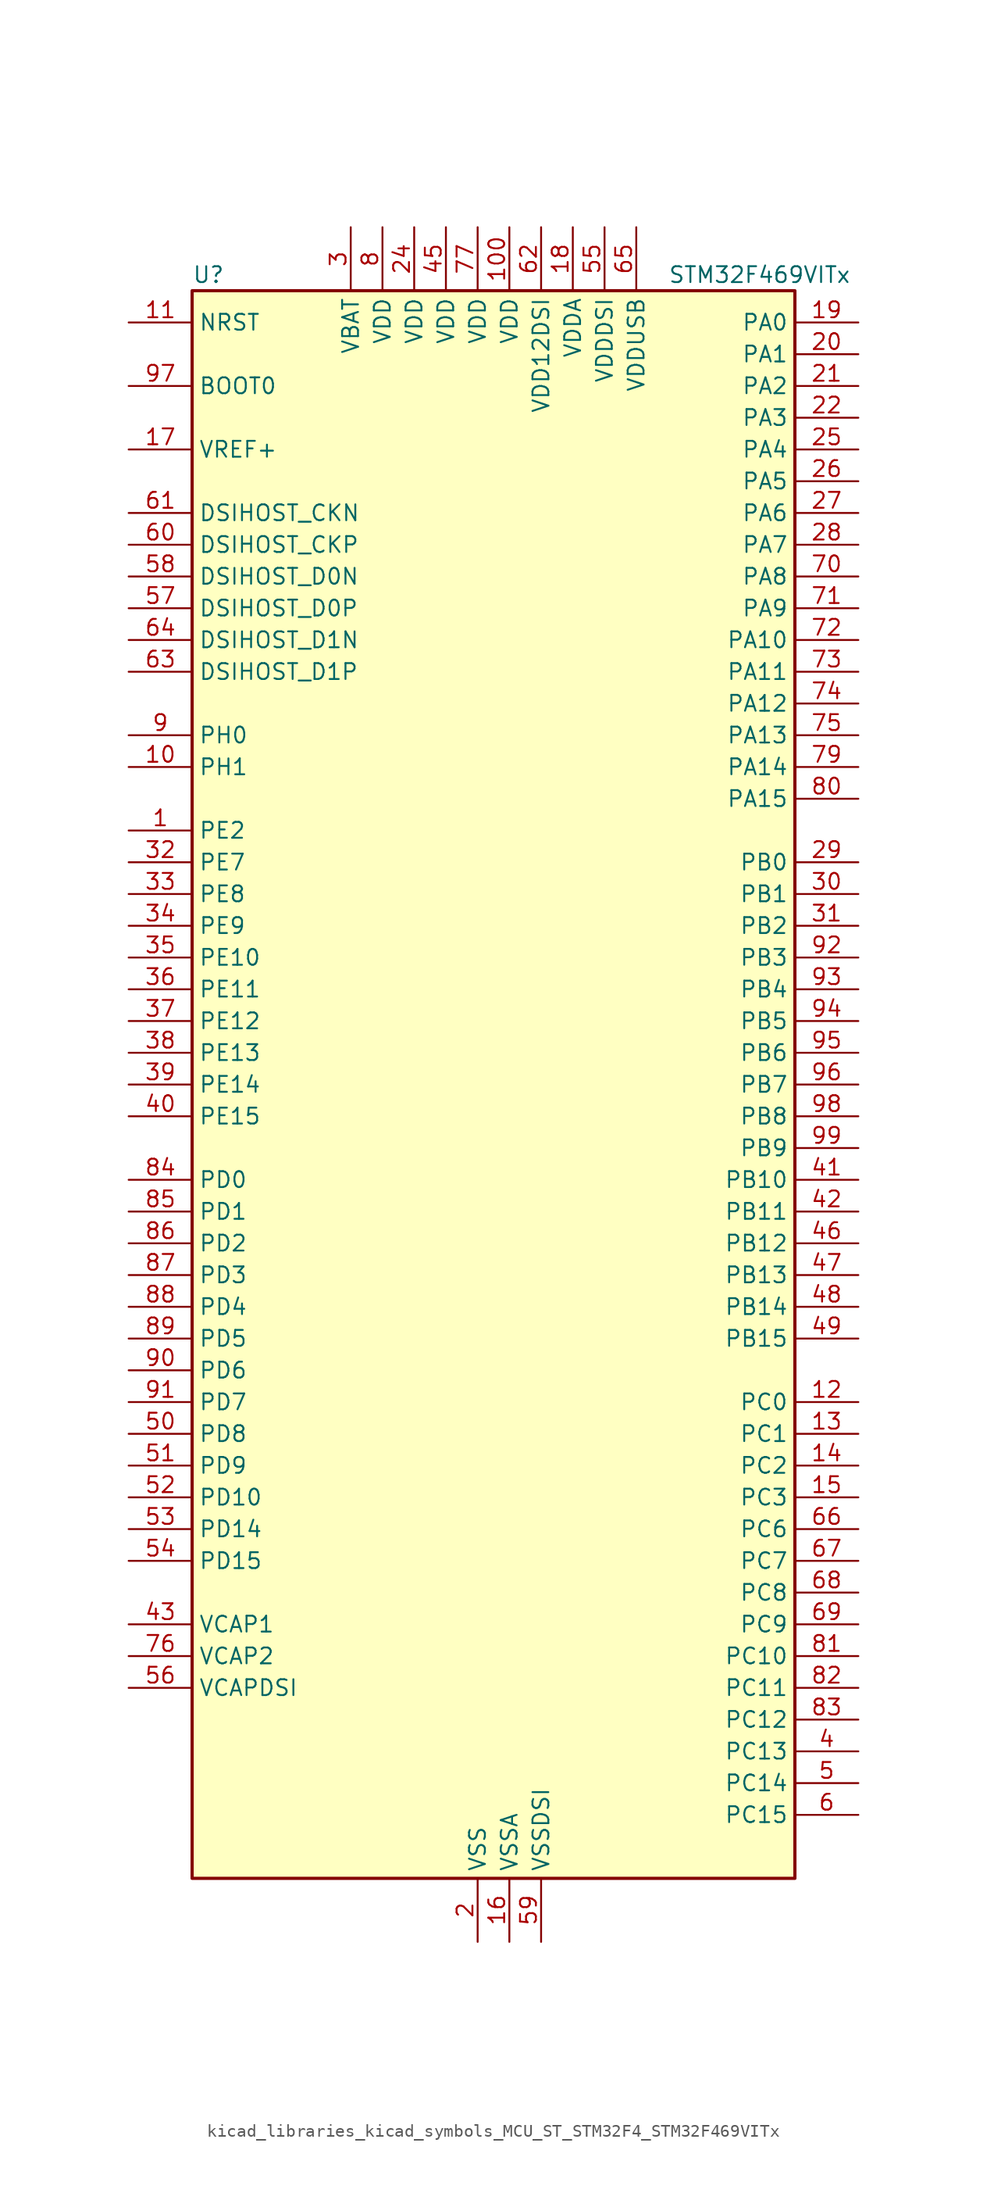
<source format=kicad_sym>
(kicad_symbol_lib
  (version 20220914)
  (generator kicad_symbol_editor)
  (symbol "kicad_libraries_kicad_symbols_MCU_ST_STM32F4_STM32F469VITx"
    (property "Reference" "U"
      (at -22.86 64.77 0)
      (effects (font (size 1.27 1.27)) (justify left)))
    (property "Value" "STM32F469VITx"
      (at 15.24 64.77 0)
      (effects (font (size 1.27 1.27)) (justify left)))
    (property "ki_locked" ""
      (at 0 0 0)
      (effects (font (size 1.27 1.27))))
    (symbol "kicad_libraries_kicad_symbols_MCU_ST_STM32F4_STM32F469VITx_0_1"
      (rectangle (start -22.86 -63.5) (end 25.4 63.5) (stroke (width 0.254) (type default)) (fill (type background))))
    (symbol "kicad_libraries_kicad_symbols_MCU_ST_STM32F4_STM32F469VITx_1_1"
      (pin bidirectional line (at -27.94 20.32 0) (length 5.08) (name "PE2" (effects (font (size 1.27 1.27)))) (number "1" (effects (font (size 1.27 1.27)))) (alternate "FMC_A23" bidirectional line) (alternate "QUADSPI_BK1_IO2" bidirectional line) (alternate "SAI1_MCLK_A" bidirectional line) (alternate "SPI4_SCK" bidirectional line) (alternate "SYS_TRACECLK" bidirectional line))
      (pin bidirectional line (at -27.94 25.4 0) (length 5.08) (name "PH1" (effects (font (size 1.27 1.27)))) (number "10" (effects (font (size 1.27 1.27)))) (alternate "RCC_OSC_OUT" bidirectional line))
      (pin power_in line (at 2.54 68.58 270) (length 5.08) (name "VDD" (effects (font (size 1.27 1.27)))) (number "100" (effects (font (size 1.27 1.27)))))
      (pin input line (at -27.94 60.96 0) (length 5.08) (name "NRST" (effects (font (size 1.27 1.27)))) (number "11" (effects (font (size 1.27 1.27)))))
      (pin bidirectional line (at 30.48 -25.4 180) (length 5.08) (name "PC0" (effects (font (size 1.27 1.27)))) (number "12" (effects (font (size 1.27 1.27)))) (alternate "ADC1_IN10" bidirectional line) (alternate "ADC2_IN10" bidirectional line) (alternate "ADC3_IN10" bidirectional line) (alternate "FMC_SDNWE" bidirectional line) (alternate "LTDC_R5" bidirectional line) (alternate "USB_OTG_HS_ULPI_STP" bidirectional line))
      (pin bidirectional line (at 30.48 -27.94 180) (length 5.08) (name "PC1" (effects (font (size 1.27 1.27)))) (number "13" (effects (font (size 1.27 1.27)))) (alternate "ADC1_IN11" bidirectional line) (alternate "ADC2_IN11" bidirectional line) (alternate "ADC3_IN11" bidirectional line) (alternate "I2S2_SD" bidirectional line) (alternate "SAI1_SD_A" bidirectional line) (alternate "SPI2_MOSI" bidirectional line) (alternate "SYS_TRACED0" bidirectional line))
      (pin bidirectional line (at 30.48 -30.48 180) (length 5.08) (name "PC2" (effects (font (size 1.27 1.27)))) (number "14" (effects (font (size 1.27 1.27)))) (alternate "ADC1_IN12" bidirectional line) (alternate "ADC2_IN12" bidirectional line) (alternate "ADC3_IN12" bidirectional line) (alternate "FMC_SDNE0" bidirectional line) (alternate "I2S2_ext_SD" bidirectional line) (alternate "SPI2_MISO" bidirectional line) (alternate "USB_OTG_HS_ULPI_DIR" bidirectional line))
      (pin bidirectional line (at 30.48 -33.02 180) (length 5.08) (name "PC3" (effects (font (size 1.27 1.27)))) (number "15" (effects (font (size 1.27 1.27)))) (alternate "ADC1_IN13" bidirectional line) (alternate "ADC2_IN13" bidirectional line) (alternate "ADC3_IN13" bidirectional line) (alternate "FMC_SDCKE0" bidirectional line) (alternate "I2S2_SD" bidirectional line) (alternate "SPI2_MOSI" bidirectional line) (alternate "USB_OTG_HS_ULPI_NXT" bidirectional line))
      (pin power_in line (at 2.54 -68.58 90) (length 5.08) (name "VSSA" (effects (font (size 1.27 1.27)))) (number "16" (effects (font (size 1.27 1.27)))))
      (pin input line (at -27.94 50.8 0) (length 5.08) (name "VREF+" (effects (font (size 1.27 1.27)))) (number "17" (effects (font (size 1.27 1.27)))))
      (pin power_in line (at 7.62 68.58 270) (length 5.08) (name "VDDA" (effects (font (size 1.27 1.27)))) (number "18" (effects (font (size 1.27 1.27)))))
      (pin bidirectional line (at 30.48 60.96 180) (length 5.08) (name "PA0" (effects (font (size 1.27 1.27)))) (number "19" (effects (font (size 1.27 1.27)))) (alternate "ADC1_IN0" bidirectional line) (alternate "ADC2_IN0" bidirectional line) (alternate "ADC3_IN0" bidirectional line) (alternate "SYS_WKUP" bidirectional line) (alternate "TIM2_CH1" bidirectional line) (alternate "TIM2_ETR" bidirectional line) (alternate "TIM5_CH1" bidirectional line) (alternate "TIM8_ETR" bidirectional line) (alternate "UART4_TX" bidirectional line) (alternate "USART2_CTS" bidirectional line))
      (pin power_in line (at 0 -68.58 90) (length 5.08) (name "VSS" (effects (font (size 1.27 1.27)))) (number "2" (effects (font (size 1.27 1.27)))))
      (pin bidirectional line (at 30.48 58.42 180) (length 5.08) (name "PA1" (effects (font (size 1.27 1.27)))) (number "20" (effects (font (size 1.27 1.27)))) (alternate "ADC1_IN1" bidirectional line) (alternate "ADC2_IN1" bidirectional line) (alternate "ADC3_IN1" bidirectional line) (alternate "LTDC_R2" bidirectional line) (alternate "QUADSPI_BK1_IO3" bidirectional line) (alternate "TIM2_CH2" bidirectional line) (alternate "TIM5_CH2" bidirectional line) (alternate "UART4_RX" bidirectional line) (alternate "USART2_RTS" bidirectional line))
      (pin bidirectional line (at 30.48 55.88 180) (length 5.08) (name "PA2" (effects (font (size 1.27 1.27)))) (number "21" (effects (font (size 1.27 1.27)))) (alternate "ADC1_IN2" bidirectional line) (alternate "ADC2_IN2" bidirectional line) (alternate "ADC3_IN2" bidirectional line) (alternate "LTDC_R1" bidirectional line) (alternate "TIM2_CH3" bidirectional line) (alternate "TIM5_CH3" bidirectional line) (alternate "TIM9_CH1" bidirectional line) (alternate "USART2_TX" bidirectional line))
      (pin bidirectional line (at 30.48 53.34 180) (length 5.08) (name "PA3" (effects (font (size 1.27 1.27)))) (number "22" (effects (font (size 1.27 1.27)))) (alternate "ADC1_IN3" bidirectional line) (alternate "ADC2_IN3" bidirectional line) (alternate "ADC3_IN3" bidirectional line) (alternate "LTDC_B2" bidirectional line) (alternate "LTDC_B5" bidirectional line) (alternate "TIM2_CH4" bidirectional line) (alternate "TIM5_CH4" bidirectional line) (alternate "TIM9_CH2" bidirectional line) (alternate "USART2_RX" bidirectional line) (alternate "USB_OTG_HS_ULPI_D0" bidirectional line))
      (pin passive line (at 0 -68.58 90) (length 5.08) hide (name "VSS" (effects (font (size 1.27 1.27)))) (number "23" (effects (font (size 1.27 1.27)))))
      (pin power_in line (at -5.08 68.58 270) (length 5.08) (name "VDD" (effects (font (size 1.27 1.27)))) (number "24" (effects (font (size 1.27 1.27)))))
      (pin bidirectional line (at 30.48 50.8 180) (length 5.08) (name "PA4" (effects (font (size 1.27 1.27)))) (number "25" (effects (font (size 1.27 1.27)))) (alternate "ADC1_IN4" bidirectional line) (alternate "ADC2_IN4" bidirectional line) (alternate "DAC_OUT1" bidirectional line) (alternate "DCMI_HSYNC" bidirectional line) (alternate "I2S3_WS" bidirectional line) (alternate "LTDC_VSYNC" bidirectional line) (alternate "SPI1_NSS" bidirectional line) (alternate "SPI3_NSS" bidirectional line) (alternate "USART2_CK" bidirectional line) (alternate "USB_OTG_HS_SOF" bidirectional line))
      (pin bidirectional line (at 30.48 48.26 180) (length 5.08) (name "PA5" (effects (font (size 1.27 1.27)))) (number "26" (effects (font (size 1.27 1.27)))) (alternate "ADC1_IN5" bidirectional line) (alternate "ADC2_IN5" bidirectional line) (alternate "DAC_OUT2" bidirectional line) (alternate "LTDC_R4" bidirectional line) (alternate "SPI1_SCK" bidirectional line) (alternate "TIM2_CH1" bidirectional line) (alternate "TIM2_ETR" bidirectional line) (alternate "TIM8_CH1N" bidirectional line) (alternate "USB_OTG_HS_ULPI_CK" bidirectional line))
      (pin bidirectional line (at 30.48 45.72 180) (length 5.08) (name "PA6" (effects (font (size 1.27 1.27)))) (number "27" (effects (font (size 1.27 1.27)))) (alternate "ADC1_IN6" bidirectional line) (alternate "ADC2_IN6" bidirectional line) (alternate "DCMI_PIXCLK" bidirectional line) (alternate "LTDC_G2" bidirectional line) (alternate "SPI1_MISO" bidirectional line) (alternate "TIM13_CH1" bidirectional line) (alternate "TIM1_BKIN" bidirectional line) (alternate "TIM3_CH1" bidirectional line) (alternate "TIM8_BKIN" bidirectional line))
      (pin bidirectional line (at 30.48 43.18 180) (length 5.08) (name "PA7" (effects (font (size 1.27 1.27)))) (number "28" (effects (font (size 1.27 1.27)))) (alternate "ADC1_IN7" bidirectional line) (alternate "ADC2_IN7" bidirectional line) (alternate "FMC_SDNWE" bidirectional line) (alternate "QUADSPI_CLK" bidirectional line) (alternate "SPI1_MOSI" bidirectional line) (alternate "TIM14_CH1" bidirectional line) (alternate "TIM1_CH1N" bidirectional line) (alternate "TIM3_CH2" bidirectional line) (alternate "TIM8_CH1N" bidirectional line))
      (pin bidirectional line (at 30.48 17.78 180) (length 5.08) (name "PB0" (effects (font (size 1.27 1.27)))) (number "29" (effects (font (size 1.27 1.27)))) (alternate "ADC1_IN8" bidirectional line) (alternate "ADC2_IN8" bidirectional line) (alternate "LTDC_G1" bidirectional line) (alternate "LTDC_R3" bidirectional line) (alternate "TIM1_CH2N" bidirectional line) (alternate "TIM3_CH3" bidirectional line) (alternate "TIM8_CH2N" bidirectional line) (alternate "USB_OTG_HS_ULPI_D1" bidirectional line))
      (pin power_in line (at -10.16 68.58 270) (length 5.08) (name "VBAT" (effects (font (size 1.27 1.27)))) (number "3" (effects (font (size 1.27 1.27)))))
      (pin bidirectional line (at 30.48 15.24 180) (length 5.08) (name "PB1" (effects (font (size 1.27 1.27)))) (number "30" (effects (font (size 1.27 1.27)))) (alternate "ADC1_IN9" bidirectional line) (alternate "ADC2_IN9" bidirectional line) (alternate "LTDC_G0" bidirectional line) (alternate "LTDC_R6" bidirectional line) (alternate "TIM1_CH3N" bidirectional line) (alternate "TIM3_CH4" bidirectional line) (alternate "TIM8_CH3N" bidirectional line) (alternate "USB_OTG_HS_ULPI_D2" bidirectional line))
      (pin bidirectional line (at 30.48 12.7 180) (length 5.08) (name "PB2" (effects (font (size 1.27 1.27)))) (number "31" (effects (font (size 1.27 1.27)))))
      (pin bidirectional line (at -27.94 17.78 0) (length 5.08) (name "PE7" (effects (font (size 1.27 1.27)))) (number "32" (effects (font (size 1.27 1.27)))) (alternate "FMC_D4" bidirectional line) (alternate "FMC_DA4" bidirectional line) (alternate "QUADSPI_BK2_IO0" bidirectional line) (alternate "TIM1_ETR" bidirectional line) (alternate "UART7_RX" bidirectional line))
      (pin bidirectional line (at -27.94 15.24 0) (length 5.08) (name "PE8" (effects (font (size 1.27 1.27)))) (number "33" (effects (font (size 1.27 1.27)))) (alternate "FMC_D5" bidirectional line) (alternate "FMC_DA5" bidirectional line) (alternate "QUADSPI_BK2_IO1" bidirectional line) (alternate "TIM1_CH1N" bidirectional line) (alternate "UART7_TX" bidirectional line))
      (pin bidirectional line (at -27.94 12.7 0) (length 5.08) (name "PE9" (effects (font (size 1.27 1.27)))) (number "34" (effects (font (size 1.27 1.27)))) (alternate "DAC_EXTI9" bidirectional line) (alternate "FMC_D6" bidirectional line) (alternate "FMC_DA6" bidirectional line) (alternate "QUADSPI_BK2_IO2" bidirectional line) (alternate "TIM1_CH1" bidirectional line))
      (pin bidirectional line (at -27.94 10.16 0) (length 5.08) (name "PE10" (effects (font (size 1.27 1.27)))) (number "35" (effects (font (size 1.27 1.27)))) (alternate "FMC_D7" bidirectional line) (alternate "FMC_DA7" bidirectional line) (alternate "QUADSPI_BK2_IO3" bidirectional line) (alternate "TIM1_CH2N" bidirectional line))
      (pin bidirectional line (at -27.94 7.62 0) (length 5.08) (name "PE11" (effects (font (size 1.27 1.27)))) (number "36" (effects (font (size 1.27 1.27)))) (alternate "ADC1_EXTI11" bidirectional line) (alternate "ADC2_EXTI11" bidirectional line) (alternate "ADC3_EXTI11" bidirectional line) (alternate "FMC_D8" bidirectional line) (alternate "FMC_DA8" bidirectional line) (alternate "LTDC_G3" bidirectional line) (alternate "SPI4_NSS" bidirectional line) (alternate "TIM1_CH2" bidirectional line))
      (pin bidirectional line (at -27.94 5.08 0) (length 5.08) (name "PE12" (effects (font (size 1.27 1.27)))) (number "37" (effects (font (size 1.27 1.27)))) (alternate "FMC_D9" bidirectional line) (alternate "FMC_DA9" bidirectional line) (alternate "LTDC_B4" bidirectional line) (alternate "SPI4_SCK" bidirectional line) (alternate "TIM1_CH3N" bidirectional line))
      (pin bidirectional line (at -27.94 2.54 0) (length 5.08) (name "PE13" (effects (font (size 1.27 1.27)))) (number "38" (effects (font (size 1.27 1.27)))) (alternate "FMC_D10" bidirectional line) (alternate "FMC_DA10" bidirectional line) (alternate "LTDC_DE" bidirectional line) (alternate "SPI4_MISO" bidirectional line) (alternate "TIM1_CH3" bidirectional line))
      (pin bidirectional line (at -27.94 0 0) (length 5.08) (name "PE14" (effects (font (size 1.27 1.27)))) (number "39" (effects (font (size 1.27 1.27)))) (alternate "FMC_D11" bidirectional line) (alternate "FMC_DA11" bidirectional line) (alternate "LTDC_CLK" bidirectional line) (alternate "SPI4_MOSI" bidirectional line) (alternate "TIM1_CH4" bidirectional line))
      (pin bidirectional line (at 30.48 -53.34 180) (length 5.08) (name "PC13" (effects (font (size 1.27 1.27)))) (number "4" (effects (font (size 1.27 1.27)))) (alternate "RTC_AF1" bidirectional line))
      (pin bidirectional line (at -27.94 -2.54 0) (length 5.08) (name "PE15" (effects (font (size 1.27 1.27)))) (number "40" (effects (font (size 1.27 1.27)))) (alternate "ADC1_EXTI15" bidirectional line) (alternate "ADC2_EXTI15" bidirectional line) (alternate "ADC3_EXTI15" bidirectional line) (alternate "FMC_D12" bidirectional line) (alternate "FMC_DA12" bidirectional line) (alternate "LTDC_R7" bidirectional line) (alternate "TIM1_BKIN" bidirectional line))
      (pin bidirectional line (at 30.48 -7.62 180) (length 5.08) (name "PB10" (effects (font (size 1.27 1.27)))) (number "41" (effects (font (size 1.27 1.27)))) (alternate "I2C2_SCL" bidirectional line) (alternate "I2S2_CK" bidirectional line) (alternate "LTDC_G4" bidirectional line) (alternate "QUADSPI_BK1_NCS" bidirectional line) (alternate "SPI2_SCK" bidirectional line) (alternate "TIM2_CH3" bidirectional line) (alternate "USART3_TX" bidirectional line) (alternate "USB_OTG_HS_ULPI_D3" bidirectional line))
      (pin bidirectional line (at 30.48 -10.16 180) (length 5.08) (name "PB11" (effects (font (size 1.27 1.27)))) (number "42" (effects (font (size 1.27 1.27)))) (alternate "ADC1_EXTI11" bidirectional line) (alternate "ADC2_EXTI11" bidirectional line) (alternate "ADC3_EXTI11" bidirectional line) (alternate "DSIHOST_TE" bidirectional line) (alternate "I2C2_SDA" bidirectional line) (alternate "LTDC_G5" bidirectional line) (alternate "TIM2_CH4" bidirectional line) (alternate "USART3_RX" bidirectional line) (alternate "USB_OTG_HS_ULPI_D4" bidirectional line))
      (pin power_out line (at -27.94 -43.18 0) (length 5.08) (name "VCAP1" (effects (font (size 1.27 1.27)))) (number "43" (effects (font (size 1.27 1.27)))))
      (pin passive line (at 0 -68.58 90) (length 5.08) hide (name "VSS" (effects (font (size 1.27 1.27)))) (number "44" (effects (font (size 1.27 1.27)))))
      (pin power_in line (at -2.54 68.58 270) (length 5.08) (name "VDD" (effects (font (size 1.27 1.27)))) (number "45" (effects (font (size 1.27 1.27)))))
      (pin bidirectional line (at 30.48 -12.7 180) (length 5.08) (name "PB12" (effects (font (size 1.27 1.27)))) (number "46" (effects (font (size 1.27 1.27)))) (alternate "CAN2_RX" bidirectional line) (alternate "I2C2_SMBA" bidirectional line) (alternate "I2S2_WS" bidirectional line) (alternate "SPI2_NSS" bidirectional line) (alternate "TIM1_BKIN" bidirectional line) (alternate "USART3_CK" bidirectional line) (alternate "USB_OTG_HS_ID" bidirectional line) (alternate "USB_OTG_HS_ULPI_D5" bidirectional line))
      (pin bidirectional line (at 30.48 -15.24 180) (length 5.08) (name "PB13" (effects (font (size 1.27 1.27)))) (number "47" (effects (font (size 1.27 1.27)))) (alternate "CAN2_TX" bidirectional line) (alternate "I2S2_CK" bidirectional line) (alternate "SPI2_SCK" bidirectional line) (alternate "TIM1_CH1N" bidirectional line) (alternate "USART3_CTS" bidirectional line) (alternate "USB_OTG_HS_ULPI_D6" bidirectional line) (alternate "USB_OTG_HS_VBUS" bidirectional line))
      (pin bidirectional line (at 30.48 -17.78 180) (length 5.08) (name "PB14" (effects (font (size 1.27 1.27)))) (number "48" (effects (font (size 1.27 1.27)))) (alternate "I2S2_ext_SD" bidirectional line) (alternate "SPI2_MISO" bidirectional line) (alternate "TIM12_CH1" bidirectional line) (alternate "TIM1_CH2N" bidirectional line) (alternate "TIM8_CH2N" bidirectional line) (alternate "USART3_RTS" bidirectional line) (alternate "USB_OTG_HS_DM" bidirectional line))
      (pin bidirectional line (at 30.48 -20.32 180) (length 5.08) (name "PB15" (effects (font (size 1.27 1.27)))) (number "49" (effects (font (size 1.27 1.27)))) (alternate "ADC1_EXTI15" bidirectional line) (alternate "ADC2_EXTI15" bidirectional line) (alternate "ADC3_EXTI15" bidirectional line) (alternate "I2S2_SD" bidirectional line) (alternate "RTC_REFIN" bidirectional line) (alternate "SPI2_MOSI" bidirectional line) (alternate "TIM12_CH2" bidirectional line) (alternate "TIM1_CH3N" bidirectional line) (alternate "TIM8_CH3N" bidirectional line) (alternate "USB_OTG_HS_DP" bidirectional line))
      (pin bidirectional line (at 30.48 -55.88 180) (length 5.08) (name "PC14" (effects (font (size 1.27 1.27)))) (number "5" (effects (font (size 1.27 1.27)))) (alternate "RCC_OSC32_IN" bidirectional line))
      (pin bidirectional line (at -27.94 -27.94 0) (length 5.08) (name "PD8" (effects (font (size 1.27 1.27)))) (number "50" (effects (font (size 1.27 1.27)))) (alternate "FMC_D13" bidirectional line) (alternate "FMC_DA13" bidirectional line) (alternate "USART3_TX" bidirectional line))
      (pin bidirectional line (at -27.94 -30.48 0) (length 5.08) (name "PD9" (effects (font (size 1.27 1.27)))) (number "51" (effects (font (size 1.27 1.27)))) (alternate "DAC_EXTI9" bidirectional line) (alternate "FMC_D14" bidirectional line) (alternate "FMC_DA14" bidirectional line) (alternate "USART3_RX" bidirectional line))
      (pin bidirectional line (at -27.94 -33.02 0) (length 5.08) (name "PD10" (effects (font (size 1.27 1.27)))) (number "52" (effects (font (size 1.27 1.27)))) (alternate "FMC_D15" bidirectional line) (alternate "FMC_DA15" bidirectional line) (alternate "LTDC_B3" bidirectional line) (alternate "USART3_CK" bidirectional line))
      (pin bidirectional line (at -27.94 -35.56 0) (length 5.08) (name "PD14" (effects (font (size 1.27 1.27)))) (number "53" (effects (font (size 1.27 1.27)))) (alternate "FMC_D0" bidirectional line) (alternate "FMC_DA0" bidirectional line) (alternate "TIM4_CH3" bidirectional line))
      (pin bidirectional line (at -27.94 -38.1 0) (length 5.08) (name "PD15" (effects (font (size 1.27 1.27)))) (number "54" (effects (font (size 1.27 1.27)))) (alternate "ADC1_EXTI15" bidirectional line) (alternate "ADC2_EXTI15" bidirectional line) (alternate "ADC3_EXTI15" bidirectional line) (alternate "FMC_D1" bidirectional line) (alternate "FMC_DA1" bidirectional line) (alternate "TIM4_CH4" bidirectional line))
      (pin power_in line (at 10.16 68.58 270) (length 5.08) (name "VDDDSI" (effects (font (size 1.27 1.27)))) (number "55" (effects (font (size 1.27 1.27)))))
      (pin power_out line (at -27.94 -48.26 0) (length 5.08) (name "VCAPDSI" (effects (font (size 1.27 1.27)))) (number "56" (effects (font (size 1.27 1.27)))))
      (pin bidirectional line (at -27.94 38.1 0) (length 5.08) (name "DSIHOST_D0P" (effects (font (size 1.27 1.27)))) (number "57" (effects (font (size 1.27 1.27)))) (alternate "DSIHOST_D0P" bidirectional line))
      (pin bidirectional line (at -27.94 40.64 0) (length 5.08) (name "DSIHOST_D0N" (effects (font (size 1.27 1.27)))) (number "58" (effects (font (size 1.27 1.27)))) (alternate "DSIHOST_D0N" bidirectional line))
      (pin power_in line (at 5.08 -68.58 90) (length 5.08) (name "VSSDSI" (effects (font (size 1.27 1.27)))) (number "59" (effects (font (size 1.27 1.27)))))
      (pin bidirectional line (at 30.48 -58.42 180) (length 5.08) (name "PC15" (effects (font (size 1.27 1.27)))) (number "6" (effects (font (size 1.27 1.27)))) (alternate "ADC1_EXTI15" bidirectional line) (alternate "ADC2_EXTI15" bidirectional line) (alternate "ADC3_EXTI15" bidirectional line) (alternate "RCC_OSC32_OUT" bidirectional line))
      (pin bidirectional line (at -27.94 43.18 0) (length 5.08) (name "DSIHOST_CKP" (effects (font (size 1.27 1.27)))) (number "60" (effects (font (size 1.27 1.27)))) (alternate "DSIHOST_CKP" bidirectional line))
      (pin bidirectional line (at -27.94 45.72 0) (length 5.08) (name "DSIHOST_CKN" (effects (font (size 1.27 1.27)))) (number "61" (effects (font (size 1.27 1.27)))) (alternate "DSIHOST_CKN" bidirectional line))
      (pin power_in line (at 5.08 68.58 270) (length 5.08) (name "VDD12DSI" (effects (font (size 1.27 1.27)))) (number "62" (effects (font (size 1.27 1.27)))))
      (pin bidirectional line (at -27.94 33.02 0) (length 5.08) (name "DSIHOST_D1P" (effects (font (size 1.27 1.27)))) (number "63" (effects (font (size 1.27 1.27)))) (alternate "DSIHOST_D1P" bidirectional line))
      (pin bidirectional line (at -27.94 35.56 0) (length 5.08) (name "DSIHOST_D1N" (effects (font (size 1.27 1.27)))) (number "64" (effects (font (size 1.27 1.27)))) (alternate "DSIHOST_D1N" bidirectional line))
      (pin power_in line (at 12.7 68.58 270) (length 5.08) (name "VDDUSB" (effects (font (size 1.27 1.27)))) (number "65" (effects (font (size 1.27 1.27)))))
      (pin bidirectional line (at 30.48 -35.56 180) (length 5.08) (name "PC6" (effects (font (size 1.27 1.27)))) (number "66" (effects (font (size 1.27 1.27)))) (alternate "DCMI_D0" bidirectional line) (alternate "I2S2_MCK" bidirectional line) (alternate "LTDC_HSYNC" bidirectional line) (alternate "SDIO_D6" bidirectional line) (alternate "TIM3_CH1" bidirectional line) (alternate "TIM8_CH1" bidirectional line) (alternate "USART6_TX" bidirectional line))
      (pin bidirectional line (at 30.48 -38.1 180) (length 5.08) (name "PC7" (effects (font (size 1.27 1.27)))) (number "67" (effects (font (size 1.27 1.27)))) (alternate "DCMI_D1" bidirectional line) (alternate "I2S3_MCK" bidirectional line) (alternate "LTDC_G6" bidirectional line) (alternate "SDIO_D7" bidirectional line) (alternate "TIM3_CH2" bidirectional line) (alternate "TIM8_CH2" bidirectional line) (alternate "USART6_RX" bidirectional line))
      (pin bidirectional line (at 30.48 -40.64 180) (length 5.08) (name "PC8" (effects (font (size 1.27 1.27)))) (number "68" (effects (font (size 1.27 1.27)))) (alternate "DCMI_D2" bidirectional line) (alternate "SDIO_D0" bidirectional line) (alternate "SYS_TRACED1" bidirectional line) (alternate "TIM3_CH3" bidirectional line) (alternate "TIM8_CH3" bidirectional line) (alternate "USART6_CK" bidirectional line))
      (pin bidirectional line (at 30.48 -43.18 180) (length 5.08) (name "PC9" (effects (font (size 1.27 1.27)))) (number "69" (effects (font (size 1.27 1.27)))) (alternate "DAC_EXTI9" bidirectional line) (alternate "DCMI_D3" bidirectional line) (alternate "I2C3_SDA" bidirectional line) (alternate "I2S_CKIN" bidirectional line) (alternate "QUADSPI_BK1_IO0" bidirectional line) (alternate "RCC_MCO_2" bidirectional line) (alternate "SDIO_D1" bidirectional line) (alternate "TIM3_CH4" bidirectional line) (alternate "TIM8_CH4" bidirectional line))
      (pin passive line (at 0 -68.58 90) (length 5.08) hide (name "VSS" (effects (font (size 1.27 1.27)))) (number "7" (effects (font (size 1.27 1.27)))))
      (pin bidirectional line (at 30.48 40.64 180) (length 5.08) (name "PA8" (effects (font (size 1.27 1.27)))) (number "70" (effects (font (size 1.27 1.27)))) (alternate "I2C3_SCL" bidirectional line) (alternate "LTDC_R6" bidirectional line) (alternate "RCC_MCO_1" bidirectional line) (alternate "TIM1_CH1" bidirectional line) (alternate "USART1_CK" bidirectional line) (alternate "USB_OTG_FS_SOF" bidirectional line))
      (pin bidirectional line (at 30.48 38.1 180) (length 5.08) (name "PA9" (effects (font (size 1.27 1.27)))) (number "71" (effects (font (size 1.27 1.27)))) (alternate "DAC_EXTI9" bidirectional line) (alternate "DCMI_D0" bidirectional line) (alternate "I2C3_SMBA" bidirectional line) (alternate "I2S2_CK" bidirectional line) (alternate "SPI2_SCK" bidirectional line) (alternate "TIM1_CH2" bidirectional line) (alternate "USART1_TX" bidirectional line) (alternate "USB_OTG_FS_VBUS" bidirectional line))
      (pin bidirectional line (at 30.48 35.56 180) (length 5.08) (name "PA10" (effects (font (size 1.27 1.27)))) (number "72" (effects (font (size 1.27 1.27)))) (alternate "DCMI_D1" bidirectional line) (alternate "TIM1_CH3" bidirectional line) (alternate "USART1_RX" bidirectional line) (alternate "USB_OTG_FS_ID" bidirectional line))
      (pin bidirectional line (at 30.48 33.02 180) (length 5.08) (name "PA11" (effects (font (size 1.27 1.27)))) (number "73" (effects (font (size 1.27 1.27)))) (alternate "ADC1_EXTI11" bidirectional line) (alternate "ADC2_EXTI11" bidirectional line) (alternate "ADC3_EXTI11" bidirectional line) (alternate "CAN1_RX" bidirectional line) (alternate "LTDC_R4" bidirectional line) (alternate "TIM1_CH4" bidirectional line) (alternate "USART1_CTS" bidirectional line) (alternate "USB_OTG_FS_DM" bidirectional line))
      (pin bidirectional line (at 30.48 30.48 180) (length 5.08) (name "PA12" (effects (font (size 1.27 1.27)))) (number "74" (effects (font (size 1.27 1.27)))) (alternate "CAN1_TX" bidirectional line) (alternate "LTDC_R5" bidirectional line) (alternate "TIM1_ETR" bidirectional line) (alternate "USART1_RTS" bidirectional line) (alternate "USB_OTG_FS_DP" bidirectional line))
      (pin bidirectional line (at 30.48 27.94 180) (length 5.08) (name "PA13" (effects (font (size 1.27 1.27)))) (number "75" (effects (font (size 1.27 1.27)))) (alternate "SYS_JTMS-SWDIO" bidirectional line))
      (pin power_out line (at -27.94 -45.72 0) (length 5.08) (name "VCAP2" (effects (font (size 1.27 1.27)))) (number "76" (effects (font (size 1.27 1.27)))))
      (pin power_in line (at 0 68.58 270) (length 5.08) (name "VDD" (effects (font (size 1.27 1.27)))) (number "77" (effects (font (size 1.27 1.27)))))
      (pin passive line (at 0 -68.58 90) (length 5.08) hide (name "VSS" (effects (font (size 1.27 1.27)))) (number "78" (effects (font (size 1.27 1.27)))))
      (pin bidirectional line (at 30.48 25.4 180) (length 5.08) (name "PA14" (effects (font (size 1.27 1.27)))) (number "79" (effects (font (size 1.27 1.27)))) (alternate "SYS_JTCK-SWCLK" bidirectional line))
      (pin power_in line (at -7.62 68.58 270) (length 5.08) (name "VDD" (effects (font (size 1.27 1.27)))) (number "8" (effects (font (size 1.27 1.27)))))
      (pin bidirectional line (at 30.48 22.86 180) (length 5.08) (name "PA15" (effects (font (size 1.27 1.27)))) (number "80" (effects (font (size 1.27 1.27)))) (alternate "ADC1_EXTI15" bidirectional line) (alternate "ADC2_EXTI15" bidirectional line) (alternate "ADC3_EXTI15" bidirectional line) (alternate "I2S3_WS" bidirectional line) (alternate "SPI1_NSS" bidirectional line) (alternate "SPI3_NSS" bidirectional line) (alternate "SYS_JTDI" bidirectional line) (alternate "TIM2_CH1" bidirectional line) (alternate "TIM2_ETR" bidirectional line))
      (pin bidirectional line (at 30.48 -45.72 180) (length 5.08) (name "PC10" (effects (font (size 1.27 1.27)))) (number "81" (effects (font (size 1.27 1.27)))) (alternate "DCMI_D8" bidirectional line) (alternate "I2S3_CK" bidirectional line) (alternate "LTDC_R2" bidirectional line) (alternate "QUADSPI_BK1_IO1" bidirectional line) (alternate "SDIO_D2" bidirectional line) (alternate "SPI3_SCK" bidirectional line) (alternate "UART4_TX" bidirectional line) (alternate "USART3_TX" bidirectional line))
      (pin bidirectional line (at 30.48 -48.26 180) (length 5.08) (name "PC11" (effects (font (size 1.27 1.27)))) (number "82" (effects (font (size 1.27 1.27)))) (alternate "ADC1_EXTI11" bidirectional line) (alternate "ADC2_EXTI11" bidirectional line) (alternate "ADC3_EXTI11" bidirectional line) (alternate "DCMI_D4" bidirectional line) (alternate "I2S3_ext_SD" bidirectional line) (alternate "QUADSPI_BK2_NCS" bidirectional line) (alternate "SDIO_D3" bidirectional line) (alternate "SPI3_MISO" bidirectional line) (alternate "UART4_RX" bidirectional line) (alternate "USART3_RX" bidirectional line))
      (pin bidirectional line (at 30.48 -50.8 180) (length 5.08) (name "PC12" (effects (font (size 1.27 1.27)))) (number "83" (effects (font (size 1.27 1.27)))) (alternate "DCMI_D9" bidirectional line) (alternate "I2S3_SD" bidirectional line) (alternate "SDIO_CK" bidirectional line) (alternate "SPI3_MOSI" bidirectional line) (alternate "SYS_TRACED3" bidirectional line) (alternate "UART5_TX" bidirectional line) (alternate "USART3_CK" bidirectional line))
      (pin bidirectional line (at -27.94 -7.62 0) (length 5.08) (name "PD0" (effects (font (size 1.27 1.27)))) (number "84" (effects (font (size 1.27 1.27)))) (alternate "CAN1_RX" bidirectional line) (alternate "FMC_D2" bidirectional line) (alternate "FMC_DA2" bidirectional line))
      (pin bidirectional line (at -27.94 -10.16 0) (length 5.08) (name "PD1" (effects (font (size 1.27 1.27)))) (number "85" (effects (font (size 1.27 1.27)))) (alternate "CAN1_TX" bidirectional line) (alternate "FMC_D3" bidirectional line) (alternate "FMC_DA3" bidirectional line))
      (pin bidirectional line (at -27.94 -12.7 0) (length 5.08) (name "PD2" (effects (font (size 1.27 1.27)))) (number "86" (effects (font (size 1.27 1.27)))) (alternate "DCMI_D11" bidirectional line) (alternate "SDIO_CMD" bidirectional line) (alternate "SYS_TRACED2" bidirectional line) (alternate "TIM3_ETR" bidirectional line) (alternate "UART5_RX" bidirectional line))
      (pin bidirectional line (at -27.94 -15.24 0) (length 5.08) (name "PD3" (effects (font (size 1.27 1.27)))) (number "87" (effects (font (size 1.27 1.27)))) (alternate "DCMI_D5" bidirectional line) (alternate "FMC_CLK" bidirectional line) (alternate "I2S2_CK" bidirectional line) (alternate "LTDC_G7" bidirectional line) (alternate "SPI2_SCK" bidirectional line) (alternate "USART2_CTS" bidirectional line))
      (pin bidirectional line (at -27.94 -17.78 0) (length 5.08) (name "PD4" (effects (font (size 1.27 1.27)))) (number "88" (effects (font (size 1.27 1.27)))) (alternate "FMC_NOE" bidirectional line) (alternate "USART2_RTS" bidirectional line))
      (pin bidirectional line (at -27.94 -20.32 0) (length 5.08) (name "PD5" (effects (font (size 1.27 1.27)))) (number "89" (effects (font (size 1.27 1.27)))) (alternate "FMC_NWE" bidirectional line) (alternate "USART2_TX" bidirectional line))
      (pin bidirectional line (at -27.94 27.94 0) (length 5.08) (name "PH0" (effects (font (size 1.27 1.27)))) (number "9" (effects (font (size 1.27 1.27)))) (alternate "RCC_OSC_IN" bidirectional line))
      (pin bidirectional line (at -27.94 -22.86 0) (length 5.08) (name "PD6" (effects (font (size 1.27 1.27)))) (number "90" (effects (font (size 1.27 1.27)))) (alternate "DCMI_D10" bidirectional line) (alternate "FMC_NWAIT" bidirectional line) (alternate "I2S3_SD" bidirectional line) (alternate "LTDC_B2" bidirectional line) (alternate "SAI1_SD_A" bidirectional line) (alternate "SPI3_MOSI" bidirectional line) (alternate "USART2_RX" bidirectional line))
      (pin bidirectional line (at -27.94 -25.4 0) (length 5.08) (name "PD7" (effects (font (size 1.27 1.27)))) (number "91" (effects (font (size 1.27 1.27)))) (alternate "FMC_NE1" bidirectional line) (alternate "USART2_CK" bidirectional line))
      (pin bidirectional line (at 30.48 10.16 180) (length 5.08) (name "PB3" (effects (font (size 1.27 1.27)))) (number "92" (effects (font (size 1.27 1.27)))) (alternate "I2S3_CK" bidirectional line) (alternate "SPI1_SCK" bidirectional line) (alternate "SPI3_SCK" bidirectional line) (alternate "SYS_JTDO-SWO" bidirectional line) (alternate "TIM2_CH2" bidirectional line))
      (pin bidirectional line (at 30.48 7.62 180) (length 5.08) (name "PB4" (effects (font (size 1.27 1.27)))) (number "93" (effects (font (size 1.27 1.27)))) (alternate "I2S3_ext_SD" bidirectional line) (alternate "SPI1_MISO" bidirectional line) (alternate "SPI3_MISO" bidirectional line) (alternate "SYS_JTRST" bidirectional line) (alternate "TIM3_CH1" bidirectional line))
      (pin bidirectional line (at 30.48 5.08 180) (length 5.08) (name "PB5" (effects (font (size 1.27 1.27)))) (number "94" (effects (font (size 1.27 1.27)))) (alternate "CAN2_RX" bidirectional line) (alternate "DCMI_D10" bidirectional line) (alternate "FMC_SDCKE1" bidirectional line) (alternate "I2C1_SMBA" bidirectional line) (alternate "I2S3_SD" bidirectional line) (alternate "LTDC_G7" bidirectional line) (alternate "SPI1_MOSI" bidirectional line) (alternate "SPI3_MOSI" bidirectional line) (alternate "TIM3_CH2" bidirectional line) (alternate "USB_OTG_HS_ULPI_D7" bidirectional line))
      (pin bidirectional line (at 30.48 2.54 180) (length 5.08) (name "PB6" (effects (font (size 1.27 1.27)))) (number "95" (effects (font (size 1.27 1.27)))) (alternate "CAN2_TX" bidirectional line) (alternate "DCMI_D5" bidirectional line) (alternate "FMC_SDNE1" bidirectional line) (alternate "I2C1_SCL" bidirectional line) (alternate "QUADSPI_BK1_NCS" bidirectional line) (alternate "TIM4_CH1" bidirectional line) (alternate "USART1_TX" bidirectional line))
      (pin bidirectional line (at 30.48 0 180) (length 5.08) (name "PB7" (effects (font (size 1.27 1.27)))) (number "96" (effects (font (size 1.27 1.27)))) (alternate "DCMI_VSYNC" bidirectional line) (alternate "FMC_NL" bidirectional line) (alternate "I2C1_SDA" bidirectional line) (alternate "TIM4_CH2" bidirectional line) (alternate "USART1_RX" bidirectional line))
      (pin input line (at -27.94 55.88 0) (length 5.08) (name "BOOT0" (effects (font (size 1.27 1.27)))) (number "97" (effects (font (size 1.27 1.27)))))
      (pin bidirectional line (at 30.48 -2.54 180) (length 5.08) (name "PB8" (effects (font (size 1.27 1.27)))) (number "98" (effects (font (size 1.27 1.27)))) (alternate "CAN1_RX" bidirectional line) (alternate "DCMI_D6" bidirectional line) (alternate "I2C1_SCL" bidirectional line) (alternate "LTDC_B6" bidirectional line) (alternate "SDIO_D4" bidirectional line) (alternate "TIM10_CH1" bidirectional line) (alternate "TIM4_CH3" bidirectional line))
      (pin bidirectional line (at 30.48 -5.08 180) (length 5.08) (name "PB9" (effects (font (size 1.27 1.27)))) (number "99" (effects (font (size 1.27 1.27)))) (alternate "CAN1_TX" bidirectional line) (alternate "DAC_EXTI9" bidirectional line) (alternate "DCMI_D7" bidirectional line) (alternate "I2C1_SDA" bidirectional line) (alternate "I2S2_WS" bidirectional line) (alternate "LTDC_B7" bidirectional line) (alternate "SDIO_D5" bidirectional line) (alternate "SPI2_NSS" bidirectional line) (alternate "TIM11_CH1" bidirectional line) (alternate "TIM4_CH4" bidirectional line)))))
</source>
